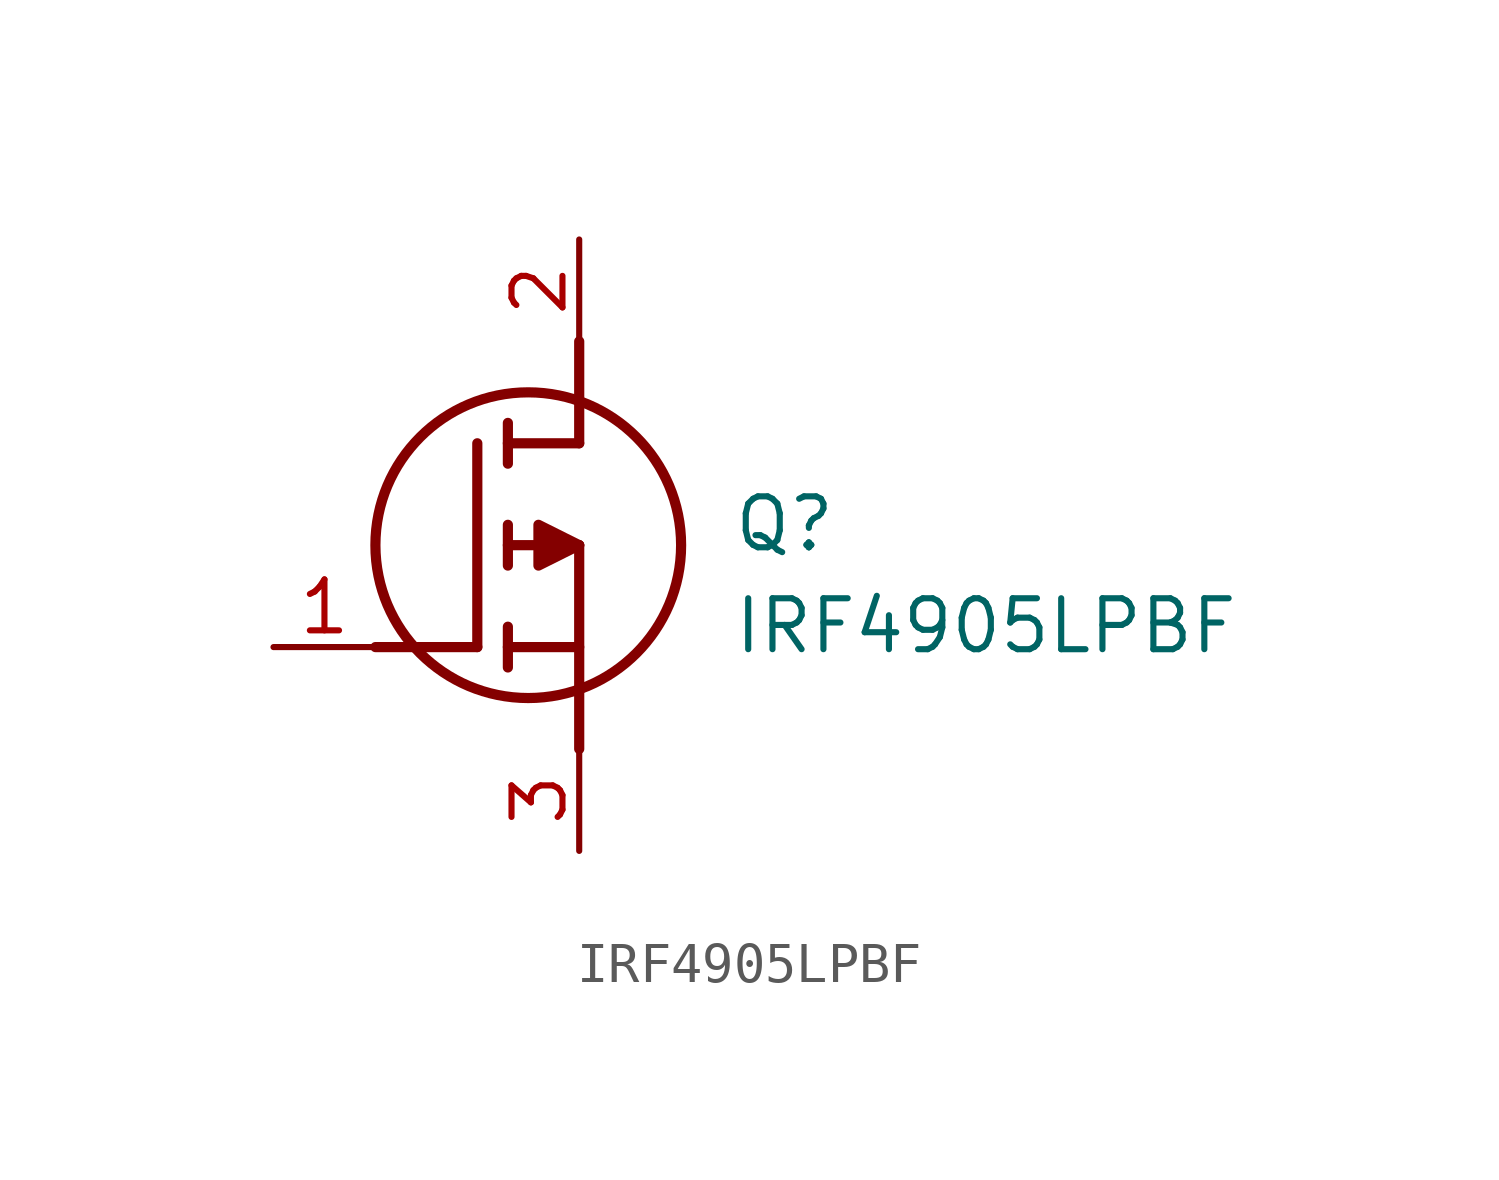
<source format=kicad_sym>
(kicad_symbol_lib
  (version 20211014)
  (generator SamacSys_ECAD_Model)
  (symbol "IRF4905LPBF"
    (pin_names hide)
    (property "Reference" "Q"
      (at 11.43 3.81 0)
      (effects (font (size 1.27 1.27)) (justify left top)))
    (property "Value" "IRF4905LPBF"
      (at 11.43 1.27 0)
      (effects (font (size 1.27 1.27)) (justify left top)))
    (polyline
      (pts (xy 7.62 2.54) (xy 7.62 -2.54))
      (stroke (width 0.254) (type default))
      (fill (type none)))
    (polyline
      (pts (xy 7.62 5.08) (xy 7.62 7.62))
      (stroke (width 0.254) (type default))
      (fill (type none)))
    (polyline
      (pts (xy 2.54 0) (xy 5.08 0))
      (stroke (width 0.254) (type default))
      (fill (type none)))
    (polyline
      (pts (xy 5.08 5.08) (xy 5.08 0))
      (stroke (width 0.254) (type default))
      (fill (type none)))
    (polyline
      (pts (xy 7.62 2.54) (xy 5.842 2.54))
      (stroke (width 0.254) (type default))
      (fill (type none)))
    (polyline
      (pts (xy 7.62 5.08) (xy 5.842 5.08))
      (stroke (width 0.254) (type default))
      (fill (type none)))
    (polyline
      (pts (xy 5.842 0) (xy 7.62 0))
      (stroke (width 0.254) (type default))
      (fill (type none)))
    (polyline
      (pts (xy 5.842 5.588) (xy 5.842 4.572))
      (stroke (width 0.254) (type default))
      (fill (type none)))
    (polyline
      (pts (xy 5.842 -0.508) (xy 5.842 0.508))
      (stroke (width 0.254) (type default))
      (fill (type none)))
    (polyline
      (pts (xy 5.842 2.032) (xy 5.842 3.048))
      (stroke (width 0.254) (type default))
      (fill (type none)))
    (circle
      (center 6.35 2.54)
      (radius 3.81)
      (stroke (width 0.254) (type default))
      (fill (type none)))
    (polyline
      (pts (xy 7.62 2.54) (xy 6.604 3.048) (xy 6.604 2.032) (xy 7.62 2.54))
      (stroke (width 0.254) (type default))
      (fill (type outline)))
    (pin passive line
      (at 0 0 0)
      (length 2.54)
      (name "G" (effects (font (size 1.27 1.27))))
      (number "1" (effects (font (size 1.27 1.27)))))
    (pin passive line
      (at 7.62 10.16 270)
      (length 2.54)
      (name "D" (effects (font (size 1.27 1.27))))
      (number "2" (effects (font (size 1.27 1.27)))))
    (pin passive line
      (at 7.62 -5.08 90)
      (length 2.54)
      (name "S" (effects (font (size 1.27 1.27))))
      (number "3" (effects (font (size 1.27 1.27)))))))
</source>
